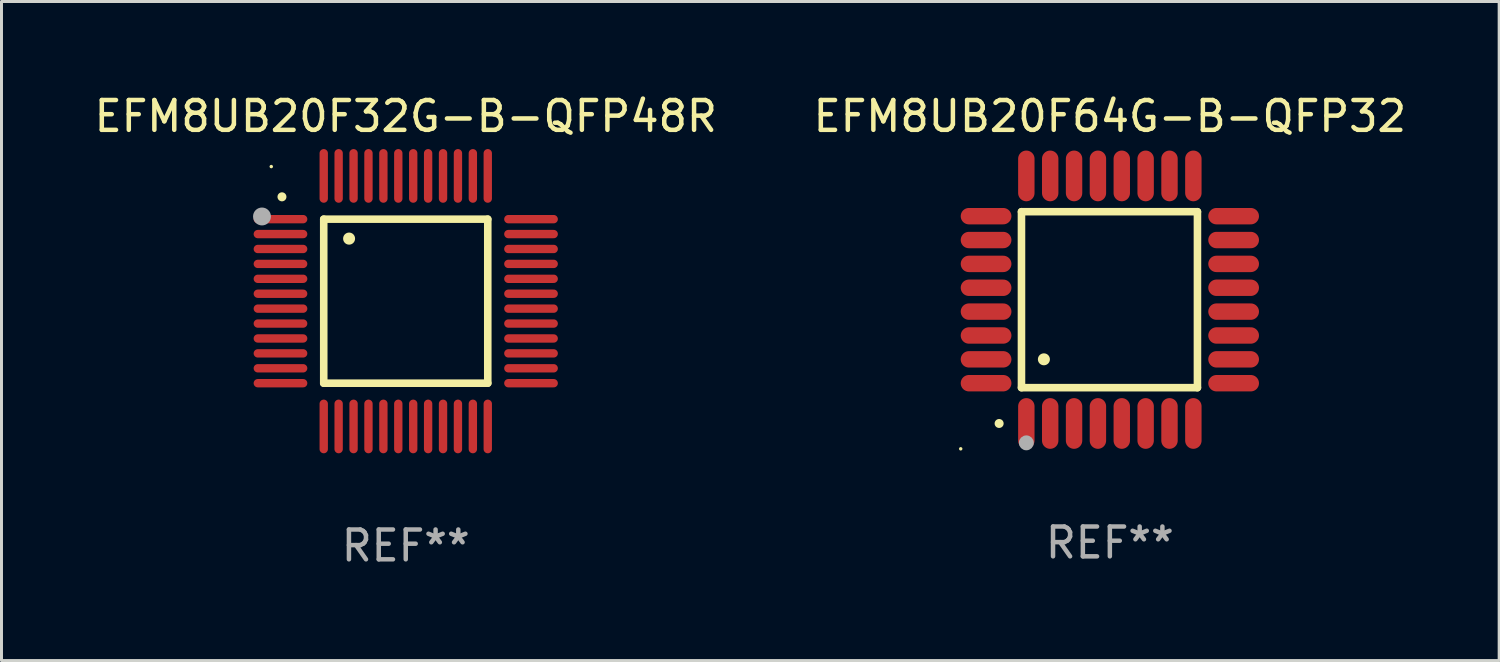
<source format=kicad_pcb>
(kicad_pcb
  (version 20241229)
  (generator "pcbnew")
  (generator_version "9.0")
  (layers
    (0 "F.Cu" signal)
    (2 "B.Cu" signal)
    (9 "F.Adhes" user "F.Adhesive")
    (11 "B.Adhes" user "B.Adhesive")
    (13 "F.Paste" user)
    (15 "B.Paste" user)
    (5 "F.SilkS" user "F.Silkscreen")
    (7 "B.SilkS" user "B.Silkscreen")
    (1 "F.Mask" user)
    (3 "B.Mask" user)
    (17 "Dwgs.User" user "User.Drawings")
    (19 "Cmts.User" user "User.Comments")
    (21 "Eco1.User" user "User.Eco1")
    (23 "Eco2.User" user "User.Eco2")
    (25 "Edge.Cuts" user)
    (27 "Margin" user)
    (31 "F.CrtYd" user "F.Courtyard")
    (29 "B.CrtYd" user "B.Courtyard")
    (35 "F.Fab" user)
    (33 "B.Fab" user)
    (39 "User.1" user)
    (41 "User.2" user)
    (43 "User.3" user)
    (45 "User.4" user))
  (footprint "EFM8UB20F32G-B-QFP48R"
    (layer "F.Cu")
    (at 10.554 7.048)
    (property "Reference" "EFM8UB20F32G-B-QFP48R" (at 0 -6.2 0) (layer "F.SilkS") (effects (font (size 1 1) (thickness 0.15))))
    (attr through_hole)
    (fp_line (start -2.75 -2.75) (end 2.75 -2.75) (stroke (width 0.254) (type solid)) (layer "F.SilkS"))
    (fp_line (start -2.75 2.75) (end -2.75 -2.75) (stroke (width 0.254) (type solid)) (layer "F.SilkS"))
    (fp_line (start 2.75 -2.75) (end 2.75 2.75) (stroke (width 0.254) (type solid)) (layer "F.SilkS"))
    (fp_line (start 2.75 2.75) (end -2.75 2.75) (stroke (width 0.254) (type solid)) (layer "F.SilkS"))
    (fp_arc (start -4.150368 -3.497587) (mid -4.150373 -3.498857) (end -4.150368 -3.500127) (stroke (width 0.3) (type solid)) (layer "F.SilkS"))
    (fp_arc (start -1.899924 -2.095504) (mid -1.89994 -2.098044) (end -1.899924 -2.100584) (stroke (width 0.4) (type solid)) (layer "F.SilkS"))
    (fp_circle (center -4.509 -4.513) (end -4.479 -4.513) (stroke (width 0.06) (type solid)) (fill no) (layer "F.SilkS"))
    (fp_circle (center -4.82 -2.84) (end -4.67 -2.84) (stroke (width 0.3) (type solid)) (fill no) (layer "F.Fab"))
    (fp_text user "REF**" (at 0 8.2 0) (layer "F.Fab") (effects (font (size 1 1) (thickness 0.15))))
    (pad "1" smd oval (at -4.2 -2.75 90) (size 0.28 1.8) (layers "F.Cu" "F.Mask" "F.Paste"))
    (pad "2" smd oval (at -4.2 -2.25 90) (size 0.28 1.8) (layers "F.Cu" "F.Mask" "F.Paste"))
    (pad "3" smd oval (at -4.2 -1.75 90) (size 0.28 1.8) (layers "F.Cu" "F.Mask" "F.Paste"))
    (pad "4" smd oval (at -4.2 -1.25 90) (size 0.28 1.8) (layers "F.Cu" "F.Mask" "F.Paste"))
    (pad "5" smd oval (at -4.2 -0.75 90) (size 0.28 1.8) (layers "F.Cu" "F.Mask" "F.Paste"))
    (pad "6" smd oval (at -4.2 -0.25 90) (size 0.28 1.8) (layers "F.Cu" "F.Mask" "F.Paste"))
    (pad "7" smd oval (at -4.2 0.25 90) (size 0.28 1.8) (layers "F.Cu" "F.Mask" "F.Paste"))
    (pad "8" smd oval (at -4.2 0.75 90) (size 0.28 1.8) (layers "F.Cu" "F.Mask" "F.Paste"))
    (pad "9" smd oval (at -4.2 1.25 90) (size 0.28 1.8) (layers "F.Cu" "F.Mask" "F.Paste"))
    (pad "10" smd oval (at -4.2 1.75 90) (size 0.28 1.8) (layers "F.Cu" "F.Mask" "F.Paste"))
    (pad "11" smd oval (at -4.2 2.25 90) (size 0.28 1.8) (layers "F.Cu" "F.Mask" "F.Paste"))
    (pad "12" smd oval (at -4.2 2.75 90) (size 0.28 1.8) (layers "F.Cu" "F.Mask" "F.Paste"))
    (pad "13" smd oval (at -2.75 4.2) (size 0.28 1.8) (layers "F.Cu" "F.Mask" "F.Paste"))
    (pad "14" smd oval (at -2.25 4.2) (size 0.28 1.8) (layers "F.Cu" "F.Mask" "F.Paste"))
    (pad "15" smd oval (at -1.75 4.2) (size 0.28 1.8) (layers "F.Cu" "F.Mask" "F.Paste"))
    (pad "16" smd oval (at -1.25 4.2) (size 0.28 1.8) (layers "F.Cu" "F.Mask" "F.Paste"))
    (pad "17" smd oval (at -0.75 4.2) (size 0.28 1.8) (layers "F.Cu" "F.Mask" "F.Paste"))
    (pad "18" smd oval (at -0.25 4.2) (size 0.28 1.8) (layers "F.Cu" "F.Mask" "F.Paste"))
    (pad "19" smd oval (at 0.25 4.2) (size 0.28 1.8) (layers "F.Cu" "F.Mask" "F.Paste"))
    (pad "20" smd oval (at 0.75 4.2) (size 0.28 1.8) (layers "F.Cu" "F.Mask" "F.Paste"))
    (pad "21" smd oval (at 1.25 4.2) (size 0.28 1.8) (layers "F.Cu" "F.Mask" "F.Paste"))
    (pad "22" smd oval (at 1.75 4.2) (size 0.28 1.8) (layers "F.Cu" "F.Mask" "F.Paste"))
    (pad "23" smd oval (at 2.25 4.2) (size 0.28 1.8) (layers "F.Cu" "F.Mask" "F.Paste"))
    (pad "24" smd oval (at 2.75 4.2) (size 0.28 1.8) (layers "F.Cu" "F.Mask" "F.Paste"))
    (pad "25" smd oval (at 4.2 2.75 90) (size 0.28 1.8) (layers "F.Cu" "F.Mask" "F.Paste"))
    (pad "26" smd oval (at 4.2 2.25 90) (size 0.28 1.8) (layers "F.Cu" "F.Mask" "F.Paste"))
    (pad "27" smd oval (at 4.2 1.75 90) (size 0.28 1.8) (layers "F.Cu" "F.Mask" "F.Paste"))
    (pad "28" smd oval (at 4.2 1.25 90) (size 0.28 1.8) (layers "F.Cu" "F.Mask" "F.Paste"))
    (pad "29" smd oval (at 4.2 0.75 90) (size 0.28 1.8) (layers "F.Cu" "F.Mask" "F.Paste"))
    (pad "30" smd oval (at 4.2 0.25 90) (size 0.28 1.8) (layers "F.Cu" "F.Mask" "F.Paste"))
    (pad "31" smd oval (at 4.2 -0.25 90) (size 0.28 1.8) (layers "F.Cu" "F.Mask" "F.Paste"))
    (pad "32" smd oval (at 4.2 -0.75 90) (size 0.28 1.8) (layers "F.Cu" "F.Mask" "F.Paste"))
    (pad "33" smd oval (at 4.2 -1.25 90) (size 0.28 1.8) (layers "F.Cu" "F.Mask" "F.Paste"))
    (pad "34" smd oval (at 4.2 -1.75 90) (size 0.28 1.8) (layers "F.Cu" "F.Mask" "F.Paste"))
    (pad "35" smd oval (at 4.2 -2.25 90) (size 0.28 1.8) (layers "F.Cu" "F.Mask" "F.Paste"))
    (pad "36" smd oval (at 4.2 -2.75 90) (size 0.28 1.8) (layers "F.Cu" "F.Mask" "F.Paste"))
    (pad "37" smd oval (at 2.75 -4.2) (size 0.28 1.8) (layers "F.Cu" "F.Mask" "F.Paste"))
    (pad "38" smd oval (at 2.25 -4.2) (size 0.28 1.8) (layers "F.Cu" "F.Mask" "F.Paste"))
    (pad "39" smd oval (at 1.75 -4.2) (size 0.28 1.8) (layers "F.Cu" "F.Mask" "F.Paste"))
    (pad "40" smd oval (at 1.25 -4.2) (size 0.28 1.8) (layers "F.Cu" "F.Mask" "F.Paste"))
    (pad "41" smd oval (at 0.75 -4.2) (size 0.28 1.8) (layers "F.Cu" "F.Mask" "F.Paste"))
    (pad "42" smd oval (at 0.25 -4.2) (size 0.28 1.8) (layers "F.Cu" "F.Mask" "F.Paste"))
    (pad "43" smd oval (at -0.25 -4.2) (size 0.28 1.8) (layers "F.Cu" "F.Mask" "F.Paste"))
    (pad "44" smd oval (at -0.75 -4.2) (size 0.28 1.8) (layers "F.Cu" "F.Mask" "F.Paste"))
    (pad "45" smd oval (at -1.25 -4.2) (size 0.28 1.8) (layers "F.Cu" "F.Mask" "F.Paste"))
    (pad "46" smd oval (at -1.75 -4.2) (size 0.28 1.8) (layers "F.Cu" "F.Mask" "F.Paste"))
    (pad "47" smd oval (at -2.25 -4.2) (size 0.28 1.8) (layers "F.Cu" "F.Mask" "F.Paste"))
    (pad "48" smd oval (at -2.75 -4.2) (size 0.28 1.8) (layers "F.Cu" "F.Mask" "F.Paste")))
  (footprint "EFM8UB20F64G-B-QFP32"
    (layer "F.Cu")
    (at 34.161 6.998)
    (property "Reference" "EFM8UB20F64G-B-QFP32" (at 0 -6.15 0) (layer "F.SilkS") (effects (font (size 1 1) (thickness 0.15))))
    (attr through_hole)
    (fp_line (start -2.963 -2.95) (end -2.963 2.95) (stroke (width 0.254) (type solid)) (layer "F.SilkS"))
    (fp_line (start -2.963 2.95) (end 2.937 2.95) (stroke (width 0.254) (type solid)) (layer "F.SilkS"))
    (fp_line (start 2.937 -2.95) (end -2.963 -2.95) (stroke (width 0.254) (type solid)) (layer "F.SilkS"))
    (fp_line (start 2.937 2.95) (end 2.937 -2.95) (stroke (width 0.254) (type solid)) (layer "F.SilkS"))
    (fp_arc (start -3.713487 4.150368) (mid -3.712217 4.150363) (end -3.710947 4.150368) (stroke (width 0.3) (type solid)) (layer "F.SilkS"))
    (fp_arc (start -2.212344 1.998984) (mid -2.211074 1.99898) (end -2.209804 1.998984) (stroke (width 0.4) (type solid)) (layer "F.SilkS"))
    (fp_circle (center -5 5) (end -4.97 5) (stroke (width 0.06) (type solid)) (fill no) (layer "F.SilkS"))
    (fp_circle (center -2.8 4.8) (end -2.675 4.8) (stroke (width 0.25) (type solid)) (fill no) (layer "F.Fab"))
    (fp_text user "REF**" (at 0 8.15 0) (layer "F.Fab") (effects (font (size 1 1) (thickness 0.15))))
    (pad "1" smd oval (at -2.8 4.15 180) (size 0.55 1.7) (layers "F.Cu" "F.Mask" "F.Paste"))
    (pad "2" smd oval (at -2 4.15 180) (size 0.55 1.7) (layers "F.Cu" "F.Mask" "F.Paste"))
    (pad "3" smd oval (at -1.2 4.15 180) (size 0.55 1.7) (layers "F.Cu" "F.Mask" "F.Paste"))
    (pad "4" smd oval (at -0.4 4.15 180) (size 0.55 1.7) (layers "F.Cu" "F.Mask" "F.Paste"))
    (pad "5" smd oval (at 0.4 4.15 180) (size 0.55 1.7) (layers "F.Cu" "F.Mask" "F.Paste"))
    (pad "6" smd oval (at 1.2 4.15 180) (size 0.55 1.7) (layers "F.Cu" "F.Mask" "F.Paste"))
    (pad "7" smd oval (at 2 4.15 180) (size 0.55 1.7) (layers "F.Cu" "F.Mask" "F.Paste"))
    (pad "8" smd oval (at 2.8 4.15 180) (size 0.55 1.7) (layers "F.Cu" "F.Mask" "F.Paste"))
    (pad "9" smd oval (at 4.15 2.8 90) (size 0.55 1.7) (layers "F.Cu" "F.Mask" "F.Paste"))
    (pad "10" smd oval (at 4.15 2 90) (size 0.55 1.7) (layers "F.Cu" "F.Mask" "F.Paste"))
    (pad "11" smd oval (at 4.15 1.2 90) (size 0.55 1.7) (layers "F.Cu" "F.Mask" "F.Paste"))
    (pad "12" smd oval (at 4.15 0.4 90) (size 0.55 1.7) (layers "F.Cu" "F.Mask" "F.Paste"))
    (pad "13" smd oval (at 4.15 -0.4 90) (size 0.55 1.7) (layers "F.Cu" "F.Mask" "F.Paste"))
    (pad "14" smd oval (at 4.15 -1.2 90) (size 0.55 1.7) (layers "F.Cu" "F.Mask" "F.Paste"))
    (pad "15" smd oval (at 4.15 -2 90) (size 0.55 1.7) (layers "F.Cu" "F.Mask" "F.Paste"))
    (pad "16" smd oval (at 4.15 -2.8 90) (size 0.55 1.7) (layers "F.Cu" "F.Mask" "F.Paste"))
    (pad "17" smd oval (at 2.8 -4.15 180) (size 0.55 1.7) (layers "F.Cu" "F.Mask" "F.Paste"))
    (pad "18" smd oval (at 2 -4.15 180) (size 0.55 1.7) (layers "F.Cu" "F.Mask" "F.Paste"))
    (pad "19" smd oval (at 1.2 -4.15 180) (size 0.55 1.7) (layers "F.Cu" "F.Mask" "F.Paste"))
    (pad "20" smd oval (at 0.4 -4.15 180) (size 0.55 1.7) (layers "F.Cu" "F.Mask" "F.Paste"))
    (pad "21" smd oval (at -0.4 -4.15 180) (size 0.55 1.7) (layers "F.Cu" "F.Mask" "F.Paste"))
    (pad "22" smd oval (at -1.2 -4.15 180) (size 0.55 1.7) (layers "F.Cu" "F.Mask" "F.Paste"))
    (pad "23" smd oval (at -2 -4.15 180) (size 0.55 1.7) (layers "F.Cu" "F.Mask" "F.Paste"))
    (pad "24" smd oval (at -2.8 -4.15 180) (size 0.55 1.7) (layers "F.Cu" "F.Mask" "F.Paste"))
    (pad "25" smd oval (at -4.15 -2.8 90) (size 0.55 1.7) (layers "F.Cu" "F.Mask" "F.Paste"))
    (pad "26" smd oval (at -4.15 -2 90) (size 0.55 1.7) (layers "F.Cu" "F.Mask" "F.Paste"))
    (pad "27" smd oval (at -4.15 -1.2 90) (size 0.55 1.7) (layers "F.Cu" "F.Mask" "F.Paste"))
    (pad "28" smd oval (at -4.15 -0.4 90) (size 0.55 1.7) (layers "F.Cu" "F.Mask" "F.Paste"))
    (pad "29" smd oval (at -4.15 0.4 90) (size 0.55 1.7) (layers "F.Cu" "F.Mask" "F.Paste"))
    (pad "30" smd oval (at -4.15 1.2 90) (size 0.55 1.7) (layers "F.Cu" "F.Mask" "F.Paste"))
    (pad "31" smd oval (at -4.15 2 90) (size 0.55 1.7) (layers "F.Cu" "F.Mask" "F.Paste"))
    (pad "32" smd oval (at -4.15 2.8 90) (size 0.55 1.7) (layers "F.Cu" "F.Mask" "F.Paste")))
  (gr_rect
    (start -3 -3)
    (end 47.214 19.097)
    (stroke (width 0.1) (type default))
    (fill no)
    (layer "Edge.Cuts")))
</source>
